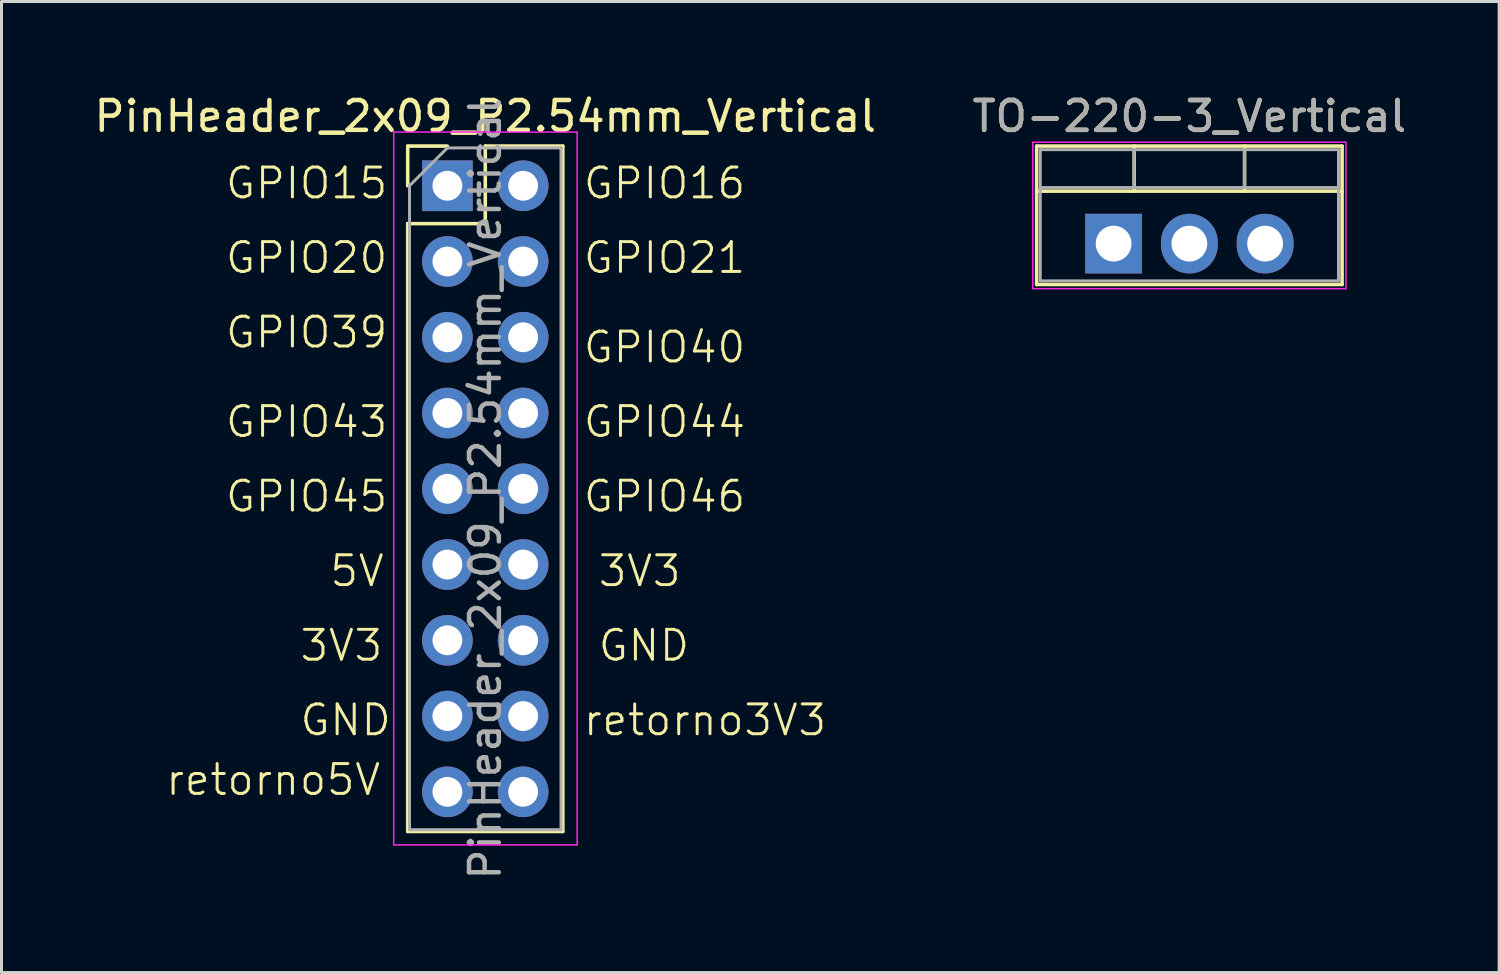
<source format=kicad_pcb>
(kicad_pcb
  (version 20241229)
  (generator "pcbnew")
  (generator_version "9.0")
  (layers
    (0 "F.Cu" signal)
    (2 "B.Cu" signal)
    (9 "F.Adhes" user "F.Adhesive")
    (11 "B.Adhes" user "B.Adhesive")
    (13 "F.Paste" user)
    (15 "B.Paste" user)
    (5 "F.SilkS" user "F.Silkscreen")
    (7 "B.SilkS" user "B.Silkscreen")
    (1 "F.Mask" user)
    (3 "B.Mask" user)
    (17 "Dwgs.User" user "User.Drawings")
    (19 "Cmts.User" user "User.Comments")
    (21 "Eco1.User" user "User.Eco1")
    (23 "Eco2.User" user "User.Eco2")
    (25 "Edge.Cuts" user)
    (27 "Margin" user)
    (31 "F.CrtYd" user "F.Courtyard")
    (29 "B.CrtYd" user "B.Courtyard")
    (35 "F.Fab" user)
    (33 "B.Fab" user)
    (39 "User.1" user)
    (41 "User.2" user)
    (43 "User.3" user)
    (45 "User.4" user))
  (footprint "TO-220-3_Vertical"
    (layer "F.Cu")
    (at 34.287 5.118)
    (property "Reference" "TO-220-3_Vertical" (at 2.54 -4.27 0) (layer "F.SilkS") (effects (font (size 1 1) (thickness 0.15))))
    (attr through_hole)
    (fp_line (start -2.58 -3.27) (end -2.58 1.371) (stroke (width 0.12) (type solid)) (layer "F.SilkS"))
    (fp_line (start -2.58 -3.27) (end 7.66 -3.27) (stroke (width 0.12) (type solid)) (layer "F.SilkS"))
    (fp_line (start -2.58 -1.76) (end 7.66 -1.76) (stroke (width 0.12) (type solid)) (layer "F.SilkS"))
    (fp_line (start -2.58 1.371) (end 7.66 1.371) (stroke (width 0.12) (type solid)) (layer "F.SilkS"))
    (fp_line (start 0.69 -3.27) (end 0.69 -1.76) (stroke (width 0.12) (type solid)) (layer "F.SilkS"))
    (fp_line (start 4.391 -3.27) (end 4.391 -1.76) (stroke (width 0.12) (type solid)) (layer "F.SilkS"))
    (fp_line (start 7.66 -3.27) (end 7.66 1.371) (stroke (width 0.12) (type solid)) (layer "F.SilkS"))
    (fp_line (start -2.71 -3.4) (end -2.71 1.51) (stroke (width 0.05) (type solid)) (layer "F.CrtYd"))
    (fp_line (start -2.71 1.51) (end 7.79 1.51) (stroke (width 0.05) (type solid)) (layer "F.CrtYd"))
    (fp_line (start 7.79 -3.4) (end -2.71 -3.4) (stroke (width 0.05) (type solid)) (layer "F.CrtYd"))
    (fp_line (start 7.79 1.51) (end 7.79 -3.4) (stroke (width 0.05) (type solid)) (layer "F.CrtYd"))
    (fp_line (start -2.46 -3.15) (end -2.46 1.25) (stroke (width 0.1) (type solid)) (layer "F.Fab"))
    (fp_line (start -2.46 -1.88) (end 7.54 -1.88) (stroke (width 0.1) (type solid)) (layer "F.Fab"))
    (fp_line (start -2.46 1.25) (end 7.54 1.25) (stroke (width 0.1) (type solid)) (layer "F.Fab"))
    (fp_line (start 0.69 -3.15) (end 0.69 -1.88) (stroke (width 0.1) (type solid)) (layer "F.Fab"))
    (fp_line (start 4.39 -3.15) (end 4.39 -1.88) (stroke (width 0.1) (type solid)) (layer "F.Fab"))
    (fp_line (start 7.54 -3.15) (end -2.46 -3.15) (stroke (width 0.1) (type solid)) (layer "F.Fab"))
    (fp_line (start 7.54 1.25) (end 7.54 -3.15) (stroke (width 0.1) (type solid)) (layer "F.Fab"))
    (fp_text user "${REFERENCE}" (at 2.54 -4.27 0) (layer "F.Fab") (effects (font (size 1 1) (thickness 0.15))))
    (pad "1" thru_hole rect (at 0 0) (size 1.905 2) (drill 1.2) (layers "*.Cu" "*.Mask"))
    (pad "2" thru_hole oval (at 2.54 0) (size 1.905 2) (drill 1.2) (layers "*.Cu" "*.Mask"))
    (pad "3" thru_hole oval (at 5.08 0) (size 1.905 2) (drill 1.2) (layers "*.Cu" "*.Mask")))
  (footprint "PinHeader_2x09_P2.54mm_Vertical"
    (layer "F.Cu")
    (at 11.95 3.178)
    (property "Reference" "PinHeader_2x09_P2.54mm_Vertical" (at 1.27 -2.33 0) (layer "F.SilkS") (effects (font (size 1 1) (thickness 0.15))))
    (attr through_hole)
    (fp_line (start -1.33 -1.33) (end 0 -1.33) (stroke (width 0.12) (type solid)) (layer "F.SilkS"))
    (fp_line (start -1.33 0) (end -1.33 -1.33) (stroke (width 0.12) (type solid)) (layer "F.SilkS"))
    (fp_line (start -1.33 1.27) (end -1.33 21.65) (stroke (width 0.12) (type solid)) (layer "F.SilkS"))
    (fp_line (start -1.33 1.27) (end 1.27 1.27) (stroke (width 0.12) (type solid)) (layer "F.SilkS"))
    (fp_line (start -1.33 21.65) (end 3.87 21.65) (stroke (width 0.12) (type solid)) (layer "F.SilkS"))
    (fp_line (start 1.27 -1.33) (end 3.87 -1.33) (stroke (width 0.12) (type solid)) (layer "F.SilkS"))
    (fp_line (start 1.27 1.27) (end 1.27 -1.33) (stroke (width 0.12) (type solid)) (layer "F.SilkS"))
    (fp_line (start 3.87 -1.33) (end 3.87 21.65) (stroke (width 0.12) (type solid)) (layer "F.SilkS"))
    (fp_line (start -1.8 -1.8) (end -1.8 22.1) (stroke (width 0.05) (type solid)) (layer "F.CrtYd"))
    (fp_line (start -1.8 22.1) (end 4.35 22.1) (stroke (width 0.05) (type solid)) (layer "F.CrtYd"))
    (fp_line (start 4.35 -1.8) (end -1.8 -1.8) (stroke (width 0.05) (type solid)) (layer "F.CrtYd"))
    (fp_line (start 4.35 22.1) (end 4.35 -1.8) (stroke (width 0.05) (type solid)) (layer "F.CrtYd"))
    (fp_line (start -1.27 0) (end 0 -1.27) (stroke (width 0.1) (type solid)) (layer "F.Fab"))
    (fp_line (start -1.27 21.59) (end -1.27 0) (stroke (width 0.1) (type solid)) (layer "F.Fab"))
    (fp_line (start 0 -1.27) (end 3.81 -1.27) (stroke (width 0.1) (type solid)) (layer "F.Fab"))
    (fp_line (start 3.81 -1.27) (end 3.81 21.59) (stroke (width 0.1) (type solid)) (layer "F.Fab"))
    (fp_line (start 3.81 21.59) (end -1.27 21.59) (stroke (width 0.1) (type solid)) (layer "F.Fab"))
    (fp_text user "GPIO40" (at 4.5 6 0) (unlocked yes) (layer "F.SilkS") (effects (font (size 1 1) (thickness 0.1)) (justify left bottom)))
    (fp_text user "retorno5V" (at -9.5 20.5 0) (unlocked yes) (layer "F.SilkS") (effects (font (size 1 1) (thickness 0.1)) (justify left bottom)))
    (fp_text user "GPIO20" (at -7.5 3 0) (unlocked yes) (layer "F.SilkS") (effects (font (size 1 1) (thickness 0.1)) (justify left bottom)))
    (fp_text user "GPIO46" (at 4.5 11 0) (unlocked yes) (layer "F.SilkS") (effects (font (size 1 1) (thickness 0.1)) (justify left bottom)))
    (fp_text user "GPIO16" (at 4.5 0.5 0) (unlocked yes) (layer "F.SilkS") (effects (font (size 1 1) (thickness 0.1)) (justify left bottom)))
    (fp_text user "retorno3V3" (at 4.5 18.5 0) (unlocked yes) (layer "F.SilkS") (effects (font (size 1 1) (thickness 0.1)) (justify left bottom)))
    (fp_text user "GPIO39" (at -7.5 5.5 0) (unlocked yes) (layer "F.SilkS") (effects (font (size 1 1) (thickness 0.1)) (justify left bottom)))
    (fp_text user "GPIO21" (at 4.5 3 0) (unlocked yes) (layer "F.SilkS") (effects (font (size 1 1) (thickness 0.1)) (justify left bottom)))
    (fp_text user "GND" (at -5 18.5 0) (unlocked yes) (layer "F.SilkS") (effects (font (size 1 1) (thickness 0.1)) (justify left bottom)))
    (fp_text user "3V3" (at -5 16 0) (unlocked yes) (layer "F.SilkS") (effects (font (size 1 1) (thickness 0.1)) (justify left bottom)))
    (fp_text user "GPIO45" (at -7.5 11 0) (unlocked yes) (layer "F.SilkS") (effects (font (size 1 1) (thickness 0.1)) (justify left bottom)))
    (fp_text user "GPIO15" (at -7.5 0.5 0) (unlocked yes) (layer "F.SilkS") (effects (font (size 1 1) (thickness 0.1)) (justify left bottom)))
    (fp_text user "GND" (at 5 16 0) (unlocked yes) (layer "F.SilkS") (effects (font (size 1 1) (thickness 0.1)) (justify left bottom)))
    (fp_text user "5V" (at -4 13.5 0) (unlocked yes) (layer "F.SilkS") (effects (font (size 1 1) (thickness 0.1)) (justify left bottom)))
    (fp_text user "GPIO43" (at -7.5 8.5 0) (unlocked yes) (layer "F.SilkS") (effects (font (size 1 1) (thickness 0.1)) (justify left bottom)))
    (fp_text user "GPIO44" (at 4.5 8.5 0) (unlocked yes) (layer "F.SilkS") (effects (font (size 1 1) (thickness 0.1)) (justify left bottom)))
    (fp_text user "3V3" (at 5 13.5 0) (unlocked yes) (layer "F.SilkS") (effects (font (size 1 1) (thickness 0.1)) (justify left bottom)))
    (fp_text user "${REFERENCE}" (at 1.27 10.16 90) (layer "F.Fab") (effects (font (size 1 1) (thickness 0.15))))
    (pad "1" thru_hole rect (at 0 0) (size 1.7 1.7) (drill 1) (layers "*.Cu" "*.Mask"))
    (pad "2" thru_hole oval (at 2.54 0) (size 1.7 1.7) (drill 1) (layers "*.Cu" "*.Mask"))
    (pad "3" thru_hole oval (at 0 2.54) (size 1.7 1.7) (drill 1) (layers "*.Cu" "*.Mask"))
    (pad "4" thru_hole oval (at 2.54 2.54) (size 1.7 1.7) (drill 1) (layers "*.Cu" "*.Mask"))
    (pad "5" thru_hole oval (at 0 5.08) (size 1.7 1.7) (drill 1) (layers "*.Cu" "*.Mask"))
    (pad "6" thru_hole oval (at 2.54 5.08) (size 1.7 1.7) (drill 1) (layers "*.Cu" "*.Mask"))
    (pad "7" thru_hole oval (at 0 7.62) (size 1.7 1.7) (drill 1) (layers "*.Cu" "*.Mask"))
    (pad "8" thru_hole oval (at 2.54 7.62) (size 1.7 1.7) (drill 1) (layers "*.Cu" "*.Mask"))
    (pad "9" thru_hole oval (at 0 10.16) (size 1.7 1.7) (drill 1) (layers "*.Cu" "*.Mask"))
    (pad "10" thru_hole oval (at 2.54 10.16) (size 1.7 1.7) (drill 1) (layers "*.Cu" "*.Mask"))
    (pad "11" thru_hole oval (at 0 12.7) (size 1.7 1.7) (drill 1) (layers "*.Cu" "*.Mask"))
    (pad "12" thru_hole oval (at 2.54 12.7) (size 1.7 1.7) (drill 1) (layers "*.Cu" "*.Mask"))
    (pad "13" thru_hole oval (at 0 15.24) (size 1.7 1.7) (drill 1) (layers "*.Cu" "*.Mask"))
    (pad "14" thru_hole oval (at 2.54 15.24) (size 1.7 1.7) (drill 1) (layers "*.Cu" "*.Mask"))
    (pad "15" thru_hole oval (at 0 17.78) (size 1.7 1.7) (drill 1) (layers "*.Cu" "*.Mask"))
    (pad "16" thru_hole oval (at 2.54 17.78) (size 1.7 1.7) (drill 1) (layers "*.Cu" "*.Mask"))
    (pad "17" thru_hole oval (at 0 20.32) (size 1.7 1.7) (drill 1) (layers "*.Cu" "*.Mask"))
    (pad "18" thru_hole oval (at 2.54 20.32) (size 1.7 1.7) (drill 1) (layers "*.Cu" "*.Mask")))
  (gr_rect
    (start -3 -3)
    (end 47.214 29.558)
    (stroke (width 0.1) (type default))
    (fill no)
    (layer "Edge.Cuts")))
</source>
